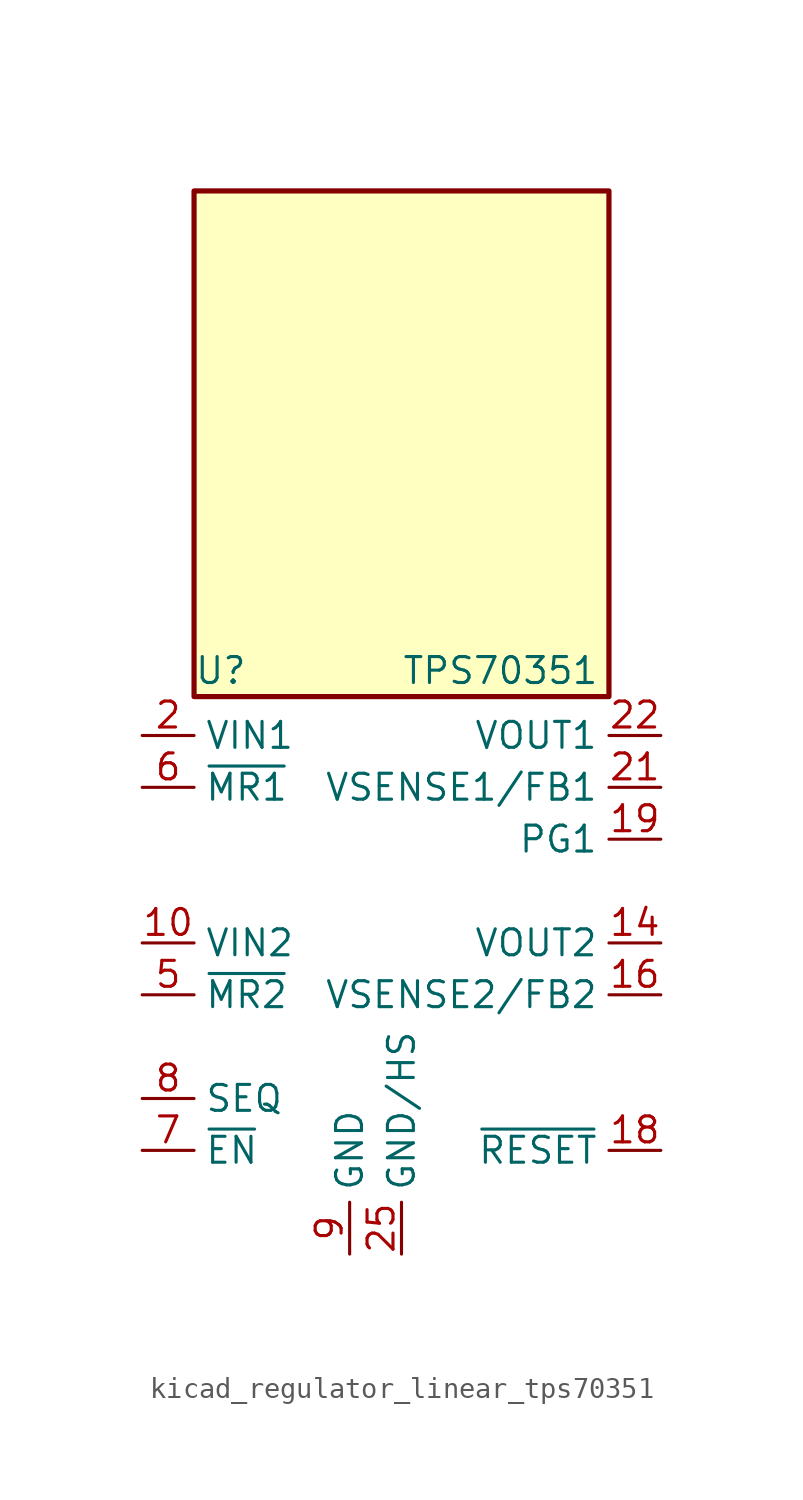
<source format=kicad_sym>
(kicad_symbol_lib
  (version 20220914)
  (generator kicad_symbol_editor)
  (symbol "kicad_regulator_linear_tps70351"
    (property "Reference" "U"
      (at -10.16 13.335 0)
      (effects (font (size 1.27 1.27)) (justify left)))
    (property "Value" "TPS70351"
      (at 0 13.335 0)
      (effects (font (size 1.27 1.27)) (justify left)))
    (symbol "kicad_regulator_linear_tps70351_0_1"
      (rectangle (start 10.16 36.83) (end -10.16 12.065) (stroke (width 0.254) (type default)) (fill (type background))))
    (symbol "kicad_regulator_linear_tps70351_1_1"
      (pin passive line (at 0 -15.24 90) (length 2.54) hide (name "GND/HS" (effects (font (size 1.27 1.27)))) (number "1" (effects (font (size 1.27 1.27)))))
      (pin power_in line (at -12.7 0 0) (length 2.54) (name "VIN2" (effects (font (size 1.27 1.27)))) (number "10" (effects (font (size 1.27 1.27)))))
      (pin passive line (at -12.7 0 0) (length 2.54) hide (name "VIN2" (effects (font (size 1.27 1.27)))) (number "11" (effects (font (size 1.27 1.27)))))
      (pin passive line (at 0 -15.24 90) (length 2.54) hide (name "GND/HS" (effects (font (size 1.27 1.27)))) (number "12" (effects (font (size 1.27 1.27)))))
      (pin passive line (at 0 -15.24 90) (length 2.54) hide (name "GND/HS" (effects (font (size 1.27 1.27)))) (number "13" (effects (font (size 1.27 1.27)))))
      (pin power_out line (at 12.7 0 180) (length 2.54) (name "VOUT2" (effects (font (size 1.27 1.27)))) (number "14" (effects (font (size 1.27 1.27)))))
      (pin passive line (at 12.7 0 180) (length 2.54) hide (name "VOUT2" (effects (font (size 1.27 1.27)))) (number "15" (effects (font (size 1.27 1.27)))))
      (pin input line (at 12.7 -2.54 180) (length 2.54) (name "VSENSE2/FB2" (effects (font (size 1.27 1.27)))) (number "16" (effects (font (size 1.27 1.27)))))
      (pin no_connect line (at -10.16 2.54 0) (length 2.54) hide (name "NC" (effects (font (size 1.27 1.27)))) (number "17" (effects (font (size 1.27 1.27)))))
      (pin open_collector line (at 12.7 -10.16 180) (length 2.54) (name "~{RESET}" (effects (font (size 1.27 1.27)))) (number "18" (effects (font (size 1.27 1.27)))))
      (pin open_collector line (at 12.7 5.08 180) (length 2.54) (name "PG1" (effects (font (size 1.27 1.27)))) (number "19" (effects (font (size 1.27 1.27)))))
      (pin power_in line (at -12.7 10.16 0) (length 2.54) (name "VIN1" (effects (font (size 1.27 1.27)))) (number "2" (effects (font (size 1.27 1.27)))))
      (pin no_connect line (at -10.16 -5.08 0) (length 2.54) hide (name "NC" (effects (font (size 1.27 1.27)))) (number "20" (effects (font (size 1.27 1.27)))))
      (pin input line (at 12.7 7.62 180) (length 2.54) (name "VSENSE1/FB1" (effects (font (size 1.27 1.27)))) (number "21" (effects (font (size 1.27 1.27)))))
      (pin power_out line (at 12.7 10.16 180) (length 2.54) (name "VOUT1" (effects (font (size 1.27 1.27)))) (number "22" (effects (font (size 1.27 1.27)))))
      (pin passive line (at 12.7 10.16 180) (length 2.54) hide (name "VOUT1" (effects (font (size 1.27 1.27)))) (number "23" (effects (font (size 1.27 1.27)))))
      (pin passive line (at 0 -15.24 90) (length 2.54) hide (name "GND/HS" (effects (font (size 1.27 1.27)))) (number "24" (effects (font (size 1.27 1.27)))))
      (pin power_in line (at 0 -15.24 90) (length 2.54) (name "GND/HS" (effects (font (size 1.27 1.27)))) (number "25" (effects (font (size 1.27 1.27)))))
      (pin passive line (at -12.7 10.16 0) (length 2.54) hide (name "VIN1" (effects (font (size 1.27 1.27)))) (number "3" (effects (font (size 1.27 1.27)))))
      (pin no_connect line (at -10.16 5.08 0) (length 2.54) hide (name "NC" (effects (font (size 1.27 1.27)))) (number "4" (effects (font (size 1.27 1.27)))))
      (pin input line (at -12.7 -2.54 0) (length 2.54) (name "~{MR2}" (effects (font (size 1.27 1.27)))) (number "5" (effects (font (size 1.27 1.27)))))
      (pin input line (at -12.7 7.62 0) (length 2.54) (name "~{MR1}" (effects (font (size 1.27 1.27)))) (number "6" (effects (font (size 1.27 1.27)))))
      (pin input line (at -12.7 -10.16 0) (length 2.54) (name "~{EN}" (effects (font (size 1.27 1.27)))) (number "7" (effects (font (size 1.27 1.27)))))
      (pin input line (at -12.7 -7.62 0) (length 2.54) (name "SEQ" (effects (font (size 1.27 1.27)))) (number "8" (effects (font (size 1.27 1.27)))))
      (pin power_in line (at -2.54 -15.24 90) (length 2.54) (name "GND" (effects (font (size 1.27 1.27)))) (number "9" (effects (font (size 1.27 1.27))))))))
</source>
